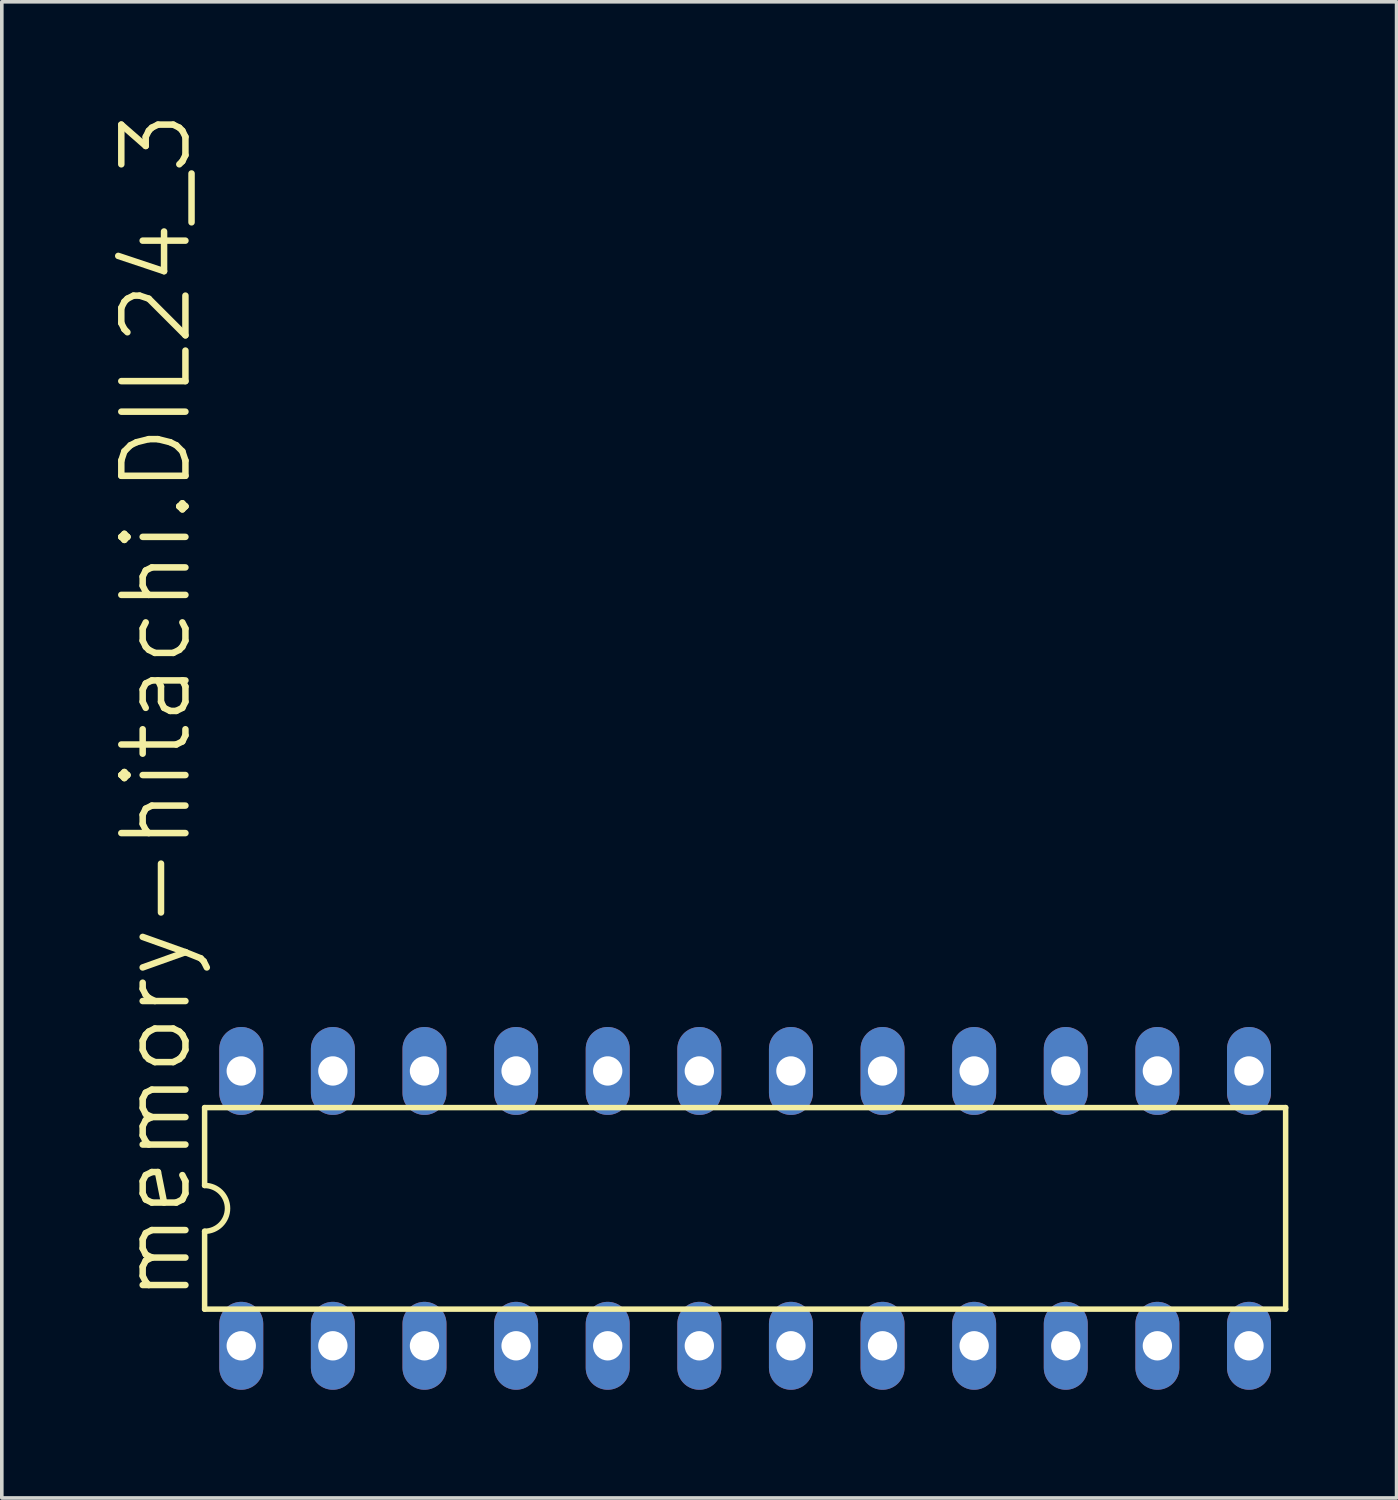
<source format=kicad_pcb>
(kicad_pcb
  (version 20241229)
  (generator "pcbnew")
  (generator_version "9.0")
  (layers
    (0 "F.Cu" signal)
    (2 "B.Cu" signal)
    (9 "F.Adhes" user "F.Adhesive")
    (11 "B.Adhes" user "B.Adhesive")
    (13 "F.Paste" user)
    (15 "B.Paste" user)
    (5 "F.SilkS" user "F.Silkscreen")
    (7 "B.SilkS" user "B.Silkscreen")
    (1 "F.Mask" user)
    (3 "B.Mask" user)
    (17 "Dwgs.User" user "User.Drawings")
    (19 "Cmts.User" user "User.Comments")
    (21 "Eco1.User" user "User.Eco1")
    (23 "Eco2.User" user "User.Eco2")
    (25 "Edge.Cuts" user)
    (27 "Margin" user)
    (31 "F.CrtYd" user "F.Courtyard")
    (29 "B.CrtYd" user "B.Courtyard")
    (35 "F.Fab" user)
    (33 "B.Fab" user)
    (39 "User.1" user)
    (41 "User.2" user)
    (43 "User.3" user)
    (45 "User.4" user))
  (footprint "memory-hitachi.DIL24_3"
    (layer "F.Cu")
    (at 17.609 30.453)
    (property "Reference" "memory-hitachi.DIL24_3" (at -15.291 2.667 90) (layer "F.SilkS") (effects (font (size 1.778 1.778) (thickness 0.18)) (justify left bottom)))
    (attr through_hole)
    (fp_line (start -14.986 -2.794) (end -14.986 -0.635) (stroke (width 0.152) (type default)) (layer "F.SilkS"))
    (fp_line (start -14.986 -2.794) (end 14.986 -2.794) (stroke (width 0.152) (type default)) (layer "F.SilkS"))
    (fp_line (start -14.986 0.635) (end -14.986 2.794) (stroke (width 0.152) (type default)) (layer "F.SilkS"))
    (fp_line (start -14.986 2.794) (end 14.986 2.794) (stroke (width 0.152) (type default)) (layer "F.SilkS"))
    (fp_line (start 14.986 2.794) (end 14.986 -2.794) (stroke (width 0.152) (type default)) (layer "F.SilkS"))
    (fp_arc (start -14.986 -0.635) (mid -14.351 0) (end -14.986 0.635) (stroke (width 0.1524) (type default)) (layer "F.SilkS"))
    (pad "1" thru_hole oval (at -13.97 3.81 90) (size 2.438 1.219) (drill 0.813) (layers "*.Cu" "*.Mask"))
    (pad "2" thru_hole oval (at -11.43 3.81 90) (size 2.438 1.219) (drill 0.813) (layers "*.Cu" "*.Mask"))
    (pad "3" thru_hole oval (at -8.89 3.81 90) (size 2.438 1.219) (drill 0.813) (layers "*.Cu" "*.Mask"))
    (pad "4" thru_hole oval (at -6.35 3.81 90) (size 2.438 1.219) (drill 0.813) (layers "*.Cu" "*.Mask"))
    (pad "5" thru_hole oval (at -3.81 3.81 90) (size 2.438 1.219) (drill 0.813) (layers "*.Cu" "*.Mask"))
    (pad "6" thru_hole oval (at -1.27 3.81 90) (size 2.438 1.219) (drill 0.813) (layers "*.Cu" "*.Mask"))
    (pad "7" thru_hole oval (at 1.27 3.81 90) (size 2.438 1.219) (drill 0.813) (layers "*.Cu" "*.Mask"))
    (pad "8" thru_hole oval (at 3.81 3.81 90) (size 2.438 1.219) (drill 0.813) (layers "*.Cu" "*.Mask"))
    (pad "9" thru_hole oval (at 6.35 3.81 90) (size 2.438 1.219) (drill 0.813) (layers "*.Cu" "*.Mask"))
    (pad "10" thru_hole oval (at 8.89 3.81 90) (size 2.438 1.219) (drill 0.813) (layers "*.Cu" "*.Mask"))
    (pad "11" thru_hole oval (at 11.43 3.81 90) (size 2.438 1.219) (drill 0.813) (layers "*.Cu" "*.Mask"))
    (pad "12" thru_hole oval (at 13.97 3.81 90) (size 2.438 1.219) (drill 0.813) (layers "*.Cu" "*.Mask"))
    (pad "13" thru_hole oval (at 13.97 -3.81 90) (size 2.438 1.219) (drill 0.813) (layers "*.Cu" "*.Mask"))
    (pad "14" thru_hole oval (at 11.43 -3.81 90) (size 2.438 1.219) (drill 0.813) (layers "*.Cu" "*.Mask"))
    (pad "15" thru_hole oval (at 8.89 -3.81 90) (size 2.438 1.219) (drill 0.813) (layers "*.Cu" "*.Mask"))
    (pad "16" thru_hole oval (at 6.35 -3.81 90) (size 2.438 1.219) (drill 0.813) (layers "*.Cu" "*.Mask"))
    (pad "17" thru_hole oval (at 3.81 -3.81 90) (size 2.438 1.219) (drill 0.813) (layers "*.Cu" "*.Mask"))
    (pad "18" thru_hole oval (at 1.27 -3.81 90) (size 2.438 1.219) (drill 0.813) (layers "*.Cu" "*.Mask"))
    (pad "19" thru_hole oval (at -1.27 -3.81 90) (size 2.438 1.219) (drill 0.813) (layers "*.Cu" "*.Mask"))
    (pad "20" thru_hole oval (at -3.81 -3.81 90) (size 2.438 1.219) (drill 0.813) (layers "*.Cu" "*.Mask"))
    (pad "21" thru_hole oval (at -6.35 -3.81 90) (size 2.438 1.219) (drill 0.813) (layers "*.Cu" "*.Mask"))
    (pad "22" thru_hole oval (at -8.89 -3.81 90) (size 2.438 1.219) (drill 0.813) (layers "*.Cu" "*.Mask"))
    (pad "23" thru_hole oval (at -11.43 -3.81 90) (size 2.438 1.219) (drill 0.813) (layers "*.Cu" "*.Mask"))
    (pad "24" thru_hole oval (at -13.97 -3.81 90) (size 2.438 1.219) (drill 0.813) (layers "*.Cu" "*.Mask")))
  (gr_rect
    (start -3 -3)
    (end 35.671 38.482)
    (stroke (width 0.1) (type default))
    (fill no)
    (layer "Edge.Cuts")))
</source>
